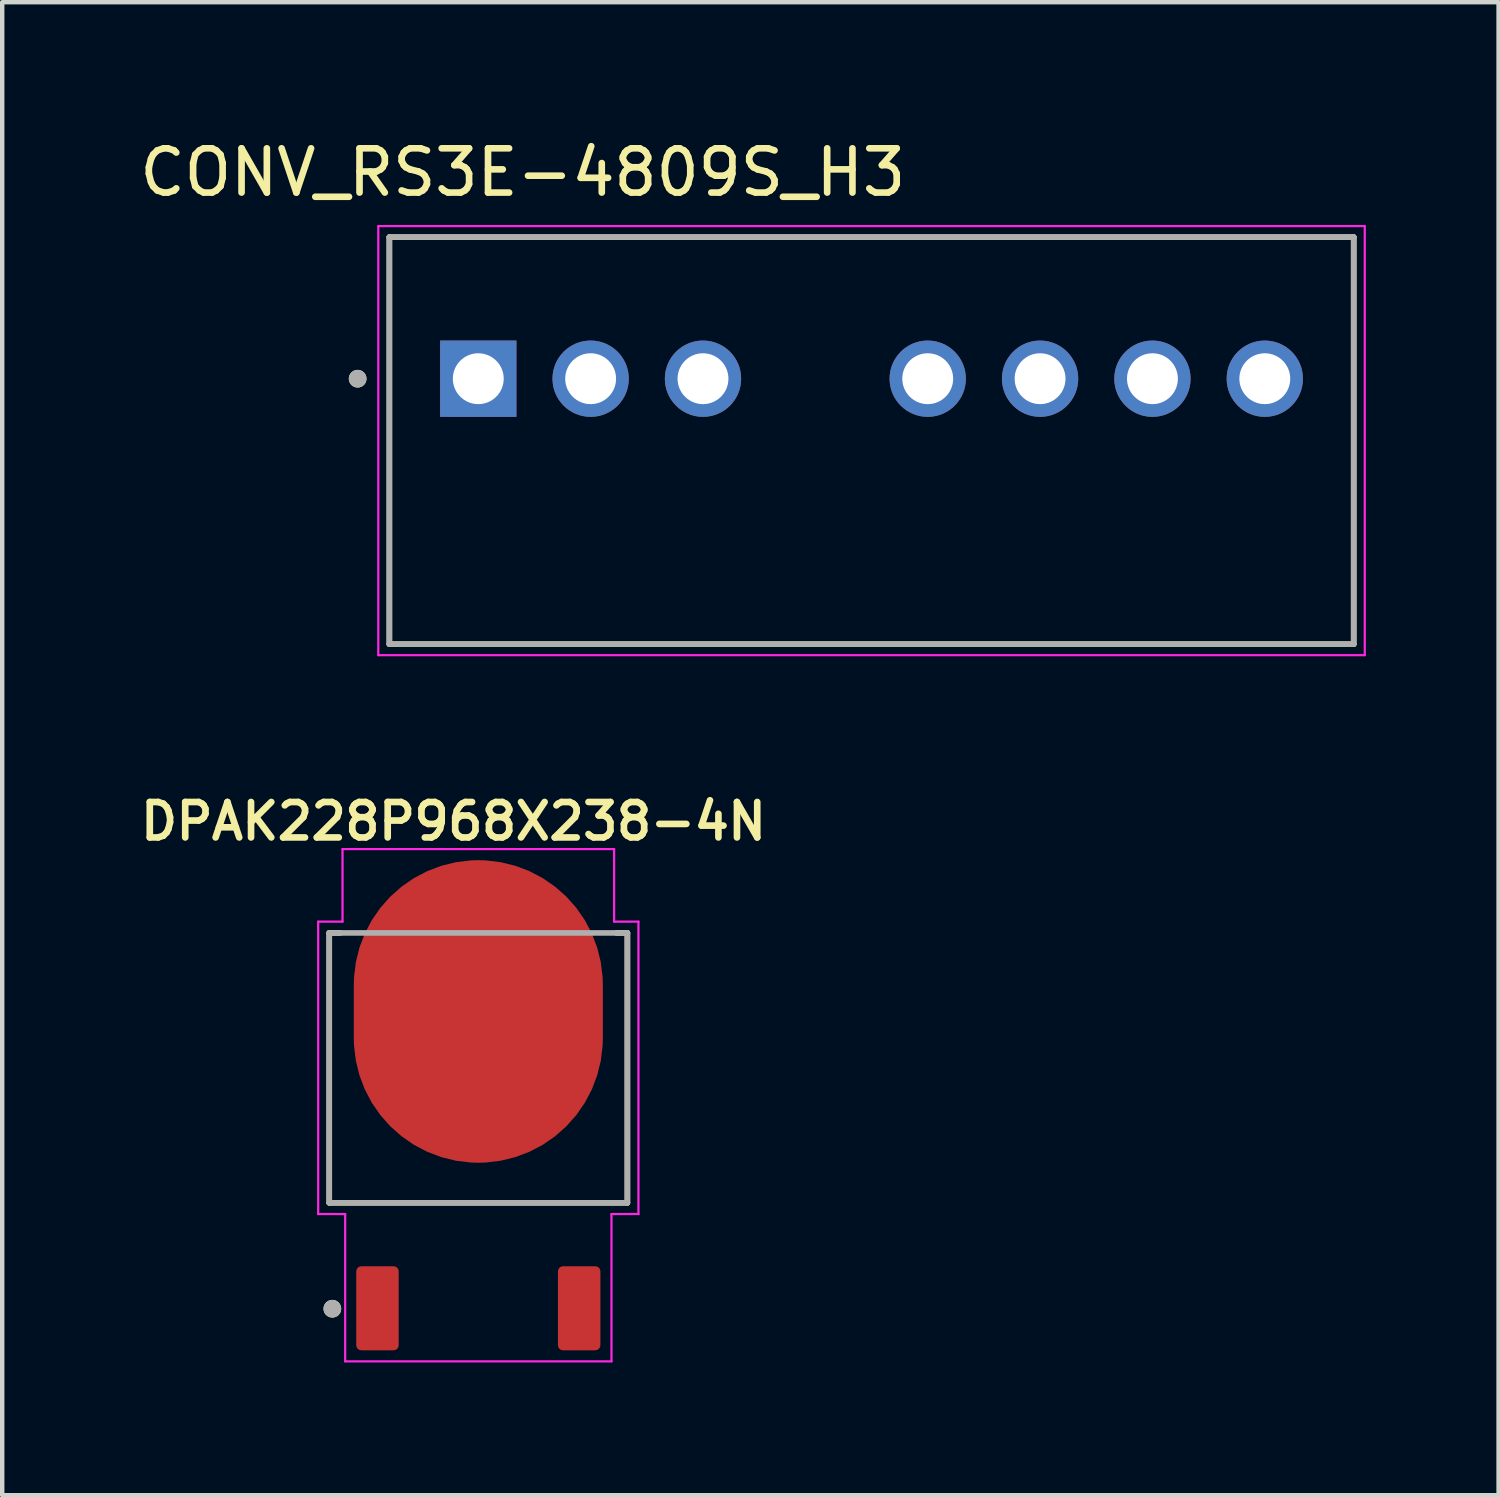
<source format=kicad_pcb>
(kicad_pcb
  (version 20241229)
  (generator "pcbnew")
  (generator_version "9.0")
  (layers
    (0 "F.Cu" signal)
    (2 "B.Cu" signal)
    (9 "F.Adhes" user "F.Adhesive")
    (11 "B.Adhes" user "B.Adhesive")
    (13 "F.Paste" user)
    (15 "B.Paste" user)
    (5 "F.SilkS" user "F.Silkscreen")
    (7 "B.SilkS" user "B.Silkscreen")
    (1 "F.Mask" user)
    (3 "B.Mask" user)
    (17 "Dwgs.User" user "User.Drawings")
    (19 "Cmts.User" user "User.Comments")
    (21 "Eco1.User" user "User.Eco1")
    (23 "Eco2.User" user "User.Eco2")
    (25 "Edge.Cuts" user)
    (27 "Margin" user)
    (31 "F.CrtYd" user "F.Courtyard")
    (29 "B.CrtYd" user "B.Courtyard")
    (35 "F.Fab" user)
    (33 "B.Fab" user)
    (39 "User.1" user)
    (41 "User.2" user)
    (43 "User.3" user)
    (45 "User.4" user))
  (footprint "CONV_RS3E-4809S_H3"
    (layer "F.Cu")
    (at 16.652 6.911)
    (property "Reference" "CONV_RS3E-4809S_H3" (at -7.884 -6.063 0) (layer "F.SilkS") (effects (font (size 1 1) (thickness 0.15))))
    (attr through_hole)
    (fp_line (start -10.9 -4.6) (end 10.9 -4.6) (stroke (width 0.127) (type solid)) (layer "F.SilkS"))
    (fp_line (start -10.9 4.6) (end -10.9 -4.6) (stroke (width 0.127) (type solid)) (layer "F.SilkS"))
    (fp_line (start 10.9 -4.6) (end 10.9 4.6) (stroke (width 0.127) (type solid)) (layer "F.SilkS"))
    (fp_line (start 10.9 4.6) (end -10.9 4.6) (stroke (width 0.127) (type solid)) (layer "F.SilkS"))
    (fp_circle (center -11.617 -1.4) (end -11.517 -1.4) (stroke (width 0.2) (type solid)) (fill no) (layer "F.SilkS"))
    (fp_line (start -11.15 -4.85) (end 11.15 -4.85) (stroke (width 0.05) (type solid)) (layer "F.CrtYd"))
    (fp_line (start -11.15 4.85) (end -11.15 -4.85) (stroke (width 0.05) (type solid)) (layer "F.CrtYd"))
    (fp_line (start 11.15 -4.85) (end 11.15 4.85) (stroke (width 0.05) (type solid)) (layer "F.CrtYd"))
    (fp_line (start 11.15 4.85) (end -11.15 4.85) (stroke (width 0.05) (type solid)) (layer "F.CrtYd"))
    (fp_line (start -10.9 -4.6) (end 10.9 -4.6) (stroke (width 0.127) (type solid)) (layer "F.Fab"))
    (fp_line (start -10.9 4.6) (end -10.9 -4.6) (stroke (width 0.127) (type solid)) (layer "F.Fab"))
    (fp_line (start 10.9 -4.6) (end 10.9 4.6) (stroke (width 0.127) (type solid)) (layer "F.Fab"))
    (fp_line (start 10.9 4.6) (end -10.9 4.6) (stroke (width 0.127) (type solid)) (layer "F.Fab"))
    (fp_circle (center -11.617 -1.4) (end -11.517 -1.4) (stroke (width 0.2) (type solid)) (fill no) (layer "F.Fab"))
    (pad "1" thru_hole rect (at -8.89 -1.4) (size 1.725 1.725) (drill 1.15) (layers "*.Cu" "*.Mask"))
    (pad "2" thru_hole circle (at -6.35 -1.4) (size 1.725 1.725) (drill 1.15) (layers "*.Cu" "*.Mask"))
    (pad "3" thru_hole circle (at -3.81 -1.4) (size 1.725 1.725) (drill 1.15) (layers "*.Cu" "*.Mask"))
    (pad "5" thru_hole circle (at 1.27 -1.4) (size 1.725 1.725) (drill 1.15) (layers "*.Cu" "*.Mask"))
    (pad "6" thru_hole circle (at 3.81 -1.4) (size 1.725 1.725) (drill 1.15) (layers "*.Cu" "*.Mask"))
    (pad "7" thru_hole circle (at 6.35 -1.4) (size 1.725 1.725) (drill 1.15) (layers "*.Cu" "*.Mask"))
    (pad "8" thru_hole circle (at 8.89 -1.4) (size 1.725 1.725) (drill 1.15) (layers "*.Cu" "*.Mask")))
  (footprint "DPAK228P968X238-4N"
    (layer "F.Cu")
    (at 7.763 21.935)
    (property "Reference" "DPAK228P968X238-4N" (at -0.561 -6.417 0) (layer "F.SilkS") (effects (font (size 0.801 0.801) (thickness 0.15))))
    (attr smd)
    (fp_line (start -3.37 -3.895) (end -3.37 2.205) (stroke (width 0.127) (type solid)) (layer "F.SilkS"))
    (fp_line (start -3.37 2.205) (end 3.37 2.205) (stroke (width 0.127) (type solid)) (layer "F.SilkS"))
    (fp_line (start -3.122 -3.895) (end -3.37 -3.895) (stroke (width 0.127) (type solid)) (layer "F.SilkS"))
    (fp_line (start 3.37 -3.895) (end 3.122 -3.895) (stroke (width 0.127) (type solid)) (layer "F.SilkS"))
    (fp_line (start 3.37 2.205) (end 3.37 -3.895) (stroke (width 0.127) (type solid)) (layer "F.SilkS"))
    (fp_circle (center -3.3 4.6) (end -3.2 4.6) (stroke (width 0.2) (type solid)) (fill no) (layer "F.SilkS"))
    (fp_poly (pts (xy -1.783 -4.283) (xy 1.78 -4.283) (xy 1.78 0.043) (xy -1.783 0.043)) (stroke (width 0.01) (type solid)) (fill yes) (layer "F.Paste"))
    (fp_line (start -3.62 -4.15) (end -3.07 -4.15) (stroke (width 0.05) (type solid)) (layer "F.CrtYd"))
    (fp_line (start -3.62 2.46) (end -3.62 -4.15) (stroke (width 0.05) (type solid)) (layer "F.CrtYd"))
    (fp_line (start -3.07 -5.79) (end 3.07 -5.79) (stroke (width 0.05) (type solid)) (layer "F.CrtYd"))
    (fp_line (start -3.07 -4.15) (end -3.07 -5.79) (stroke (width 0.05) (type solid)) (layer "F.CrtYd"))
    (fp_line (start -3.01 2.46) (end -3.62 2.46) (stroke (width 0.05) (type solid)) (layer "F.CrtYd"))
    (fp_line (start -3.01 5.79) (end -3.01 2.46) (stroke (width 0.05) (type solid)) (layer "F.CrtYd"))
    (fp_line (start 3.01 2.46) (end 3.01 5.79) (stroke (width 0.05) (type solid)) (layer "F.CrtYd"))
    (fp_line (start 3.01 5.79) (end -3.01 5.79) (stroke (width 0.05) (type solid)) (layer "F.CrtYd"))
    (fp_line (start 3.07 -5.79) (end 3.07 -4.15) (stroke (width 0.05) (type solid)) (layer "F.CrtYd"))
    (fp_line (start 3.07 -4.15) (end 3.62 -4.15) (stroke (width 0.05) (type solid)) (layer "F.CrtYd"))
    (fp_line (start 3.62 -4.15) (end 3.62 2.46) (stroke (width 0.05) (type solid)) (layer "F.CrtYd"))
    (fp_line (start 3.62 2.46) (end 3.01 2.46) (stroke (width 0.05) (type solid)) (layer "F.CrtYd"))
    (fp_line (start -3.37 -3.895) (end 3.37 -3.895) (stroke (width 0.127) (type solid)) (layer "F.Fab"))
    (fp_line (start -3.37 2.205) (end -3.37 -3.895) (stroke (width 0.127) (type solid)) (layer "F.Fab"))
    (fp_line (start 3.37 -3.895) (end 3.37 2.205) (stroke (width 0.127) (type solid)) (layer "F.Fab"))
    (fp_line (start 3.37 2.205) (end -3.37 2.205) (stroke (width 0.127) (type solid)) (layer "F.Fab"))
    (fp_circle (center -3.3 4.6) (end -3.2 4.6) (stroke (width 0.2) (type solid)) (fill no) (layer "F.Fab"))
    (pad "1" smd roundrect (at -2.28 4.59 90) (size 1.9 0.96) (layers "F.Cu" "F.Mask" "F.Paste") (roundrect_rratio 0.12))
    (pad "2" smd roundrect (at 0 -2.12 90) (size 6.84 5.63) (layers "F.Cu" "F.Mask") (roundrect_rratio 0.5))
    (pad "3" smd roundrect (at 2.28 4.59 90) (size 1.9 0.96) (layers "F.Cu" "F.Mask" "F.Paste") (roundrect_rratio 0.12)))
  (gr_rect
    (start -3 -3)
    (end 30.827 30.75)
    (stroke (width 0.1) (type default))
    (fill no)
    (layer "Edge.Cuts")))
</source>
